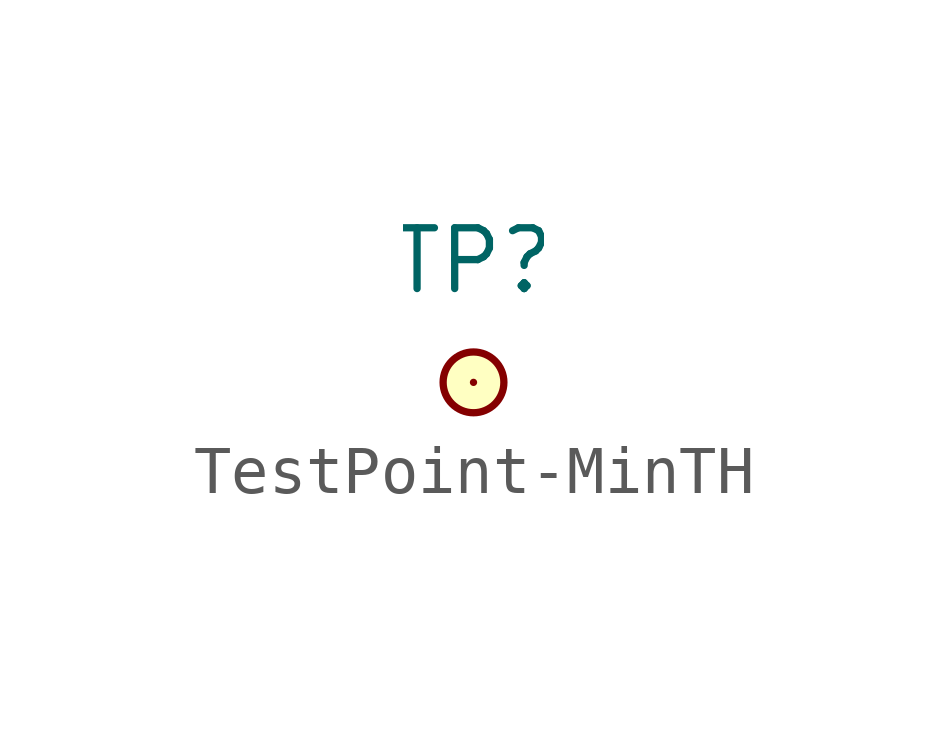
<source format=kicad_sym>
(kicad_symbol_lib
  (version 20241209)
  (generator "kicad_symbol_editor")
  (generator_version "9.0")
  (symbol "TestPoint-MinTH"
    (pin_numbers
      (hide yes))
    (pin_names
      (offset 0.762)
      (hide yes))
    (property "Reference" "TP"
      (at 0 2.54 0)
      (effects (font (size 1.27 1.27))))
    (symbol "TestPoint-MinTH_0_1"
      (circle (center 0 0) (radius 0.635) (stroke (width 0) (type default)) (fill (type background))))
    (symbol "TestPoint-MinTH_1_1"
      (pin passive line (at 0 0 270) (length 0) (name "1" (effects (font (size 1.27 1.27)))) (number "1" (effects (font (size 1.27 1.27))))))))
</source>
